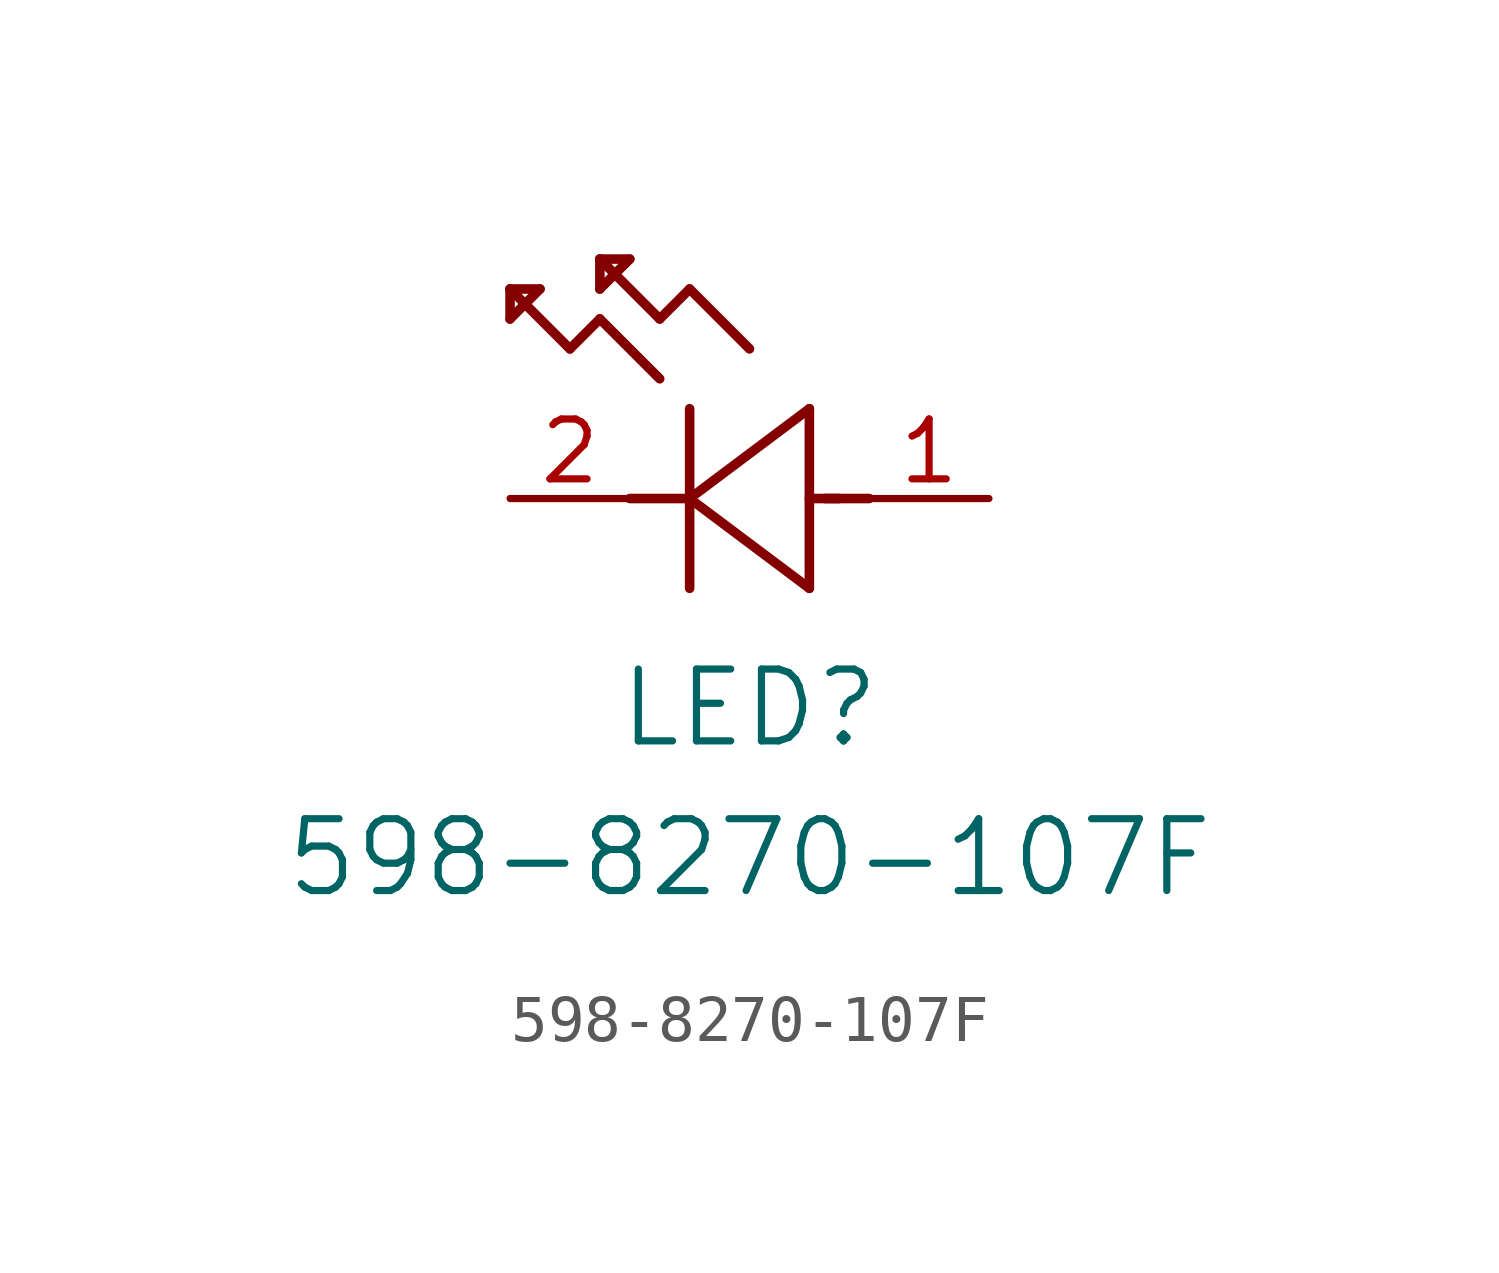
<source format=kicad_sym>
(kicad_symbol_lib
  (version 20211014)
  (generator kicad_symbol_editor)
  (symbol "598-8270-107F"
    (pin_names
      (offset 0.254))
    (property "Reference" "LED"
      (at 5.08 -4.445 0)
      (effects (font (size 1.524 1.524))))
    (property "Value" "598-8270-107F"
      (at 5.08 -7.62 0)
      (effects (font (size 1.524 1.524))))
    (symbol "598-8270-107F_0_1"
      (polyline (pts (xy 3.175 2.54) (xy 1.905 3.81)) (stroke (width 0.203) (type default) (color 0 0 0 0)) (fill (type none)))
      (polyline (pts (xy 0 4.445) (xy 0.635 4.445)) (stroke (width 0.203) (type default) (color 0 0 0 0)) (fill (type none)))
      (polyline (pts (xy 6.985 0) (xy 6.35 0)) (stroke (width 0.203) (type default) (color 0 0 0 0)) (fill (type none)))
      (polyline (pts (xy 3.81 -1.905) (xy 3.81 1.905)) (stroke (width 0.203) (type default) (color 0 0 0 0)) (fill (type none)))
      (polyline (pts (xy 7.62 0) (xy 6.68 0)) (stroke (width 0.203) (type default) (color 0 0 0 0)) (fill (type none)))
      (polyline (pts (xy 1.905 4.445) (xy 1.905 5.08)) (stroke (width 0.203) (type default) (color 0 0 0 0)) (fill (type none)))
      (polyline (pts (xy 3.81 0) (xy 2.54 0)) (stroke (width 0.203) (type default) (color 0 0 0 0)) (fill (type none)))
      (polyline (pts (xy 6.35 1.905) (xy 6.35 -1.905)) (stroke (width 0.203) (type default) (color 0 0 0 0)) (fill (type none)))
      (polyline (pts (xy 1.905 3.81) (xy 1.27 3.175)) (stroke (width 0.203) (type default) (color 0 0 0 0)) (fill (type none)))
      (polyline (pts (xy 1.905 5.08) (xy 2.54 5.08)) (stroke (width 0.203) (type default) (color 0 0 0 0)) (fill (type none)))
      (polyline (pts (xy 2.54 5.08) (xy 1.905 4.445)) (stroke (width 0.203) (type default) (color 0 0 0 0)) (fill (type none)))
      (polyline (pts (xy 3.175 3.81) (xy 1.905 5.08)) (stroke (width 0.203) (type default) (color 0 0 0 0)) (fill (type none)))
      (polyline (pts (xy 1.27 3.175) (xy 0 4.445)) (stroke (width 0.203) (type default) (color 0 0 0 0)) (fill (type none)))
      (polyline (pts (xy 0.635 4.445) (xy 0 3.81)) (stroke (width 0.203) (type default) (color 0 0 0 0)) (fill (type none)))
      (polyline (pts (xy 0 3.81) (xy 0 4.445)) (stroke (width 0.203) (type default) (color 0 0 0 0)) (fill (type none)))
      (polyline (pts (xy 5.08 3.175) (xy 3.81 4.445)) (stroke (width 0.203) (type default) (color 0 0 0 0)) (fill (type none)))
      (polyline (pts (xy 3.81 0) (xy 6.35 1.905)) (stroke (width 0.203) (type default) (color 0 0 0 0)) (fill (type none)))
      (polyline (pts (xy 6.35 -1.905) (xy 3.81 0)) (stroke (width 0.203) (type default) (color 0 0 0 0)) (fill (type none)))
      (polyline (pts (xy 3.81 4.445) (xy 3.175 3.81)) (stroke (width 0.203) (type default) (color 0 0 0 0)) (fill (type none)))
      (pin unspecified line (at 10.16 0 180) (length 2.54) (name "" (effects (font (size 1.27 1.27)))) (number "1" (effects (font (size 1.27 1.27)))))
      (pin unspecified line (at 0 0 0) (length 2.54) (name "" (effects (font (size 1.27 1.27)))) (number "2" (effects (font (size 1.27 1.27))))))))
</source>
